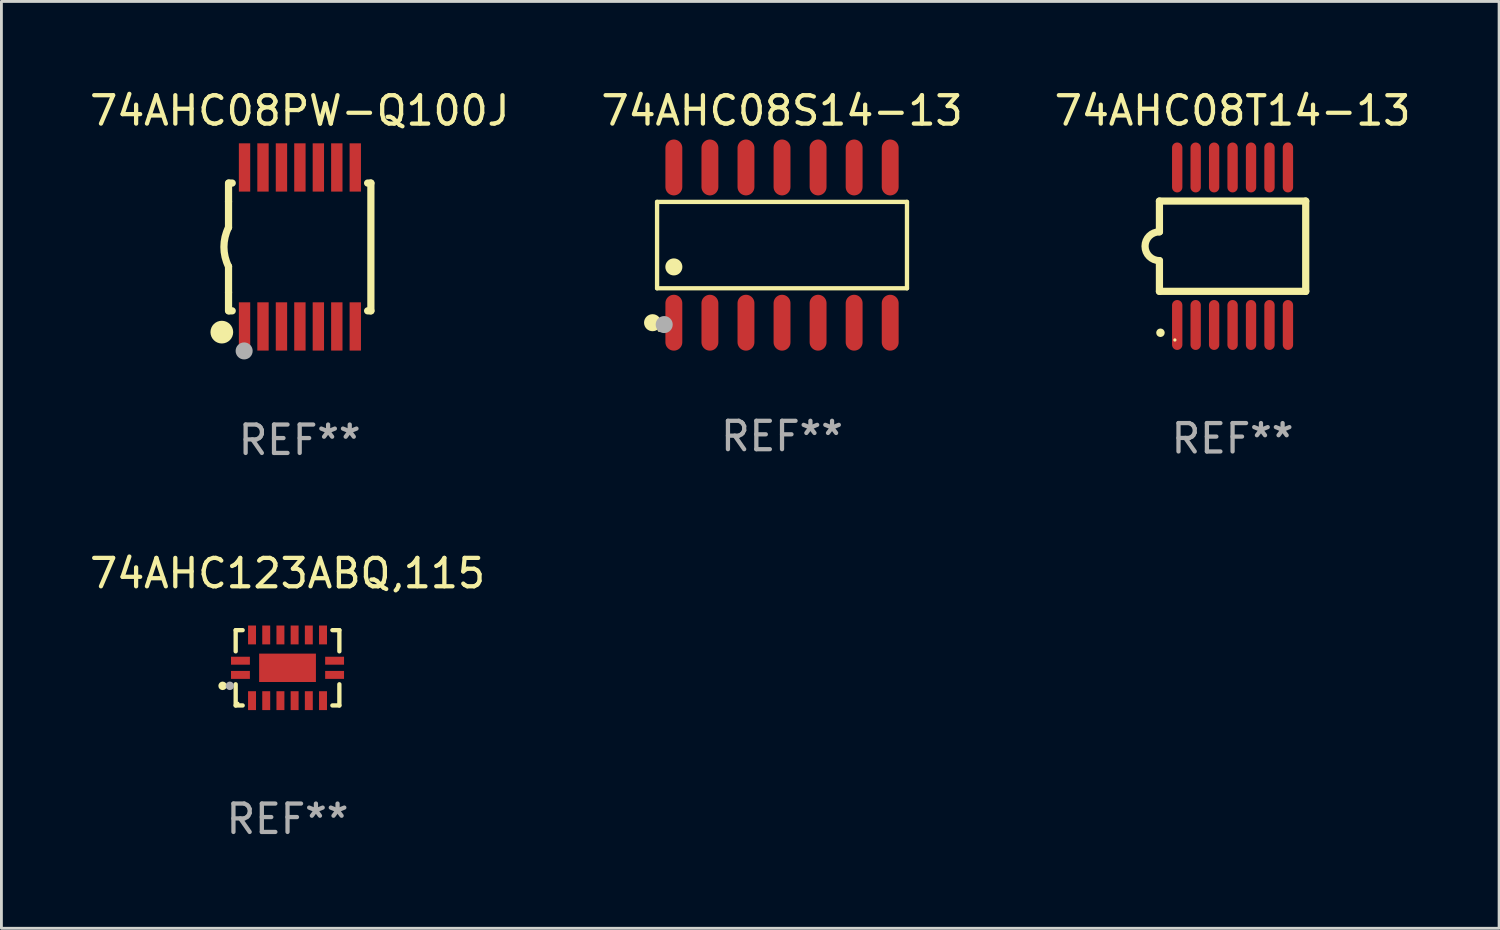
<source format=kicad_pcb>
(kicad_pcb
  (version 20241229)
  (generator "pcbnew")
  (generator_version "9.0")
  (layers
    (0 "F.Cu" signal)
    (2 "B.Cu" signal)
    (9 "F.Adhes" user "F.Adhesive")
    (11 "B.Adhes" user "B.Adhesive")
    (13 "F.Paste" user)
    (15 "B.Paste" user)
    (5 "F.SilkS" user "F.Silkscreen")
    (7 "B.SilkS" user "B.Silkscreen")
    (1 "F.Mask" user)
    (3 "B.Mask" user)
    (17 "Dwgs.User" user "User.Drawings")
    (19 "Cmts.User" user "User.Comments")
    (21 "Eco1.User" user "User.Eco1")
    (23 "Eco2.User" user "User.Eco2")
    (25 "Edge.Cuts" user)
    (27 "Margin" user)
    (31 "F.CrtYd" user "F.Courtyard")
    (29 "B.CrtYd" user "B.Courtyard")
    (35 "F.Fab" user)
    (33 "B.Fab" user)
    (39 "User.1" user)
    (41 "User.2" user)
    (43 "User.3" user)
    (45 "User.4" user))
  (footprint "74AHC08S14-13"
    (layer "F.Cu")
    (at 24.494 5.582)
    (property "Reference" "74AHC08S14-13" (at 0 -4.734 0) (layer "F.SilkS") (effects (font (size 1 1) (thickness 0.15))))
    (attr through_hole)
    (fp_line (start -4.401 -1.521) (end 4.401 -1.521) (stroke (width 0.152) (type solid)) (layer "F.SilkS"))
    (fp_line (start -4.401 1.521) (end -4.401 -1.521) (stroke (width 0.152) (type solid)) (layer "F.SilkS"))
    (fp_line (start 4.401 -1.521) (end 4.401 1.521) (stroke (width 0.152) (type solid)) (layer "F.SilkS"))
    (fp_line (start 4.401 1.521) (end -4.401 1.521) (stroke (width 0.152) (type solid)) (layer "F.SilkS"))
    (fp_circle (center -4.56 2.734) (end -4.41 2.734) (stroke (width 0.3) (type solid)) (fill no) (layer "F.SilkS"))
    (fp_circle (center -4.325 3) (end -4.295 3) (stroke (width 0.06) (type solid)) (fill no) (layer "F.SilkS"))
    (fp_circle (center -3.81 0.769) (end -3.66 0.769) (stroke (width 0.3) (type solid)) (fill no) (layer "F.SilkS"))
    (fp_circle (center -4.15 2.8) (end -4 2.8) (stroke (width 0.3) (type solid)) (fill no) (layer "F.Fab"))
    (fp_text user "REF**" (at 0 6.734 0) (layer "F.Fab") (effects (font (size 1 1) (thickness 0.15))))
    (pad "1" smd oval (at -3.81 2.734) (size 0.595 1.968) (layers "F.Cu" "F.Mask" "F.Paste"))
    (pad "2" smd oval (at -2.54 2.734) (size 0.595 1.968) (layers "F.Cu" "F.Mask" "F.Paste"))
    (pad "3" smd oval (at -1.27 2.734) (size 0.595 1.968) (layers "F.Cu" "F.Mask" "F.Paste"))
    (pad "4" smd oval (at 0 2.734) (size 0.595 1.968) (layers "F.Cu" "F.Mask" "F.Paste"))
    (pad "5" smd oval (at 1.27 2.734) (size 0.595 1.968) (layers "F.Cu" "F.Mask" "F.Paste"))
    (pad "6" smd oval (at 2.54 2.734) (size 0.595 1.968) (layers "F.Cu" "F.Mask" "F.Paste"))
    (pad "7" smd oval (at 3.81 2.734) (size 0.595 1.968) (layers "F.Cu" "F.Mask" "F.Paste"))
    (pad "8" smd oval (at 3.81 -2.734) (size 0.595 1.968) (layers "F.Cu" "F.Mask" "F.Paste"))
    (pad "9" smd oval (at 2.54 -2.734) (size 0.595 1.968) (layers "F.Cu" "F.Mask" "F.Paste"))
    (pad "10" smd oval (at 1.27 -2.734) (size 0.595 1.968) (layers "F.Cu" "F.Mask" "F.Paste"))
    (pad "11" smd oval (at 0 -2.734) (size 0.595 1.968) (layers "F.Cu" "F.Mask" "F.Paste"))
    (pad "12" smd oval (at -1.27 -2.734) (size 0.595 1.968) (layers "F.Cu" "F.Mask" "F.Paste"))
    (pad "13" smd oval (at -2.54 -2.734) (size 0.595 1.968) (layers "F.Cu" "F.Mask" "F.Paste"))
    (pad "14" smd oval (at -3.81 -2.734) (size 0.595 1.968) (layers "F.Cu" "F.Mask" "F.Paste")))
  (footprint "74AHC08T14-13"
    (layer "F.Cu")
    (at 40.363 5.622)
    (property "Reference" "74AHC08T14-13" (at 0 -4.774 0) (layer "F.SilkS") (effects (font (size 1 1) (thickness 0.15))))
    (attr through_hole)
    (fp_line (start -2.576 -1.59) (end -2.576 -0.508) (stroke (width 0.254) (type solid)) (layer "F.SilkS"))
    (fp_line (start -2.576 -1.59) (end 2.576 -1.59) (stroke (width 0.254) (type solid)) (layer "F.SilkS"))
    (fp_line (start -2.576 1.59) (end -2.576 0.508) (stroke (width 0.254) (type solid)) (layer "F.SilkS"))
    (fp_line (start 2.576 -1.59) (end 2.576 1.59) (stroke (width 0.254) (type solid)) (layer "F.SilkS"))
    (fp_line (start 2.576 1.59) (end -2.576 1.59) (stroke (width 0.254) (type solid)) (layer "F.SilkS"))
    (fp_arc (start -2.576099 0.506706) (mid -3.081511 0) (end -2.576098 -0.506706) (stroke (width 0.254001) (type solid)) (layer "F.SilkS"))
    (fp_circle (center -2.54 3.048) (end -2.465 3.048) (stroke (width 0.15) (type solid)) (fill no) (layer "F.SilkS"))
    (fp_circle (center -2.032 3.302) (end -2.002 3.302) (stroke (width 0.06) (type solid)) (fill no) (layer "F.SilkS"))
    (fp_text user "REF**" (at 0 6.774 0) (layer "F.Fab") (effects (font (size 1 1) (thickness 0.15))))
    (pad "1" smd oval (at -1.95 2.774) (size 0.364 1.758) (layers "F.Cu" "F.Mask" "F.Paste"))
    (pad "2" smd oval (at -1.3 2.774) (size 0.364 1.758) (layers "F.Cu" "F.Mask" "F.Paste"))
    (pad "3" smd oval (at -0.65 2.774) (size 0.364 1.758) (layers "F.Cu" "F.Mask" "F.Paste"))
    (pad "4" smd oval (at 0 2.774) (size 0.364 1.758) (layers "F.Cu" "F.Mask" "F.Paste"))
    (pad "5" smd oval (at 0.65 2.774) (size 0.364 1.758) (layers "F.Cu" "F.Mask" "F.Paste"))
    (pad "6" smd oval (at 1.3 2.774) (size 0.364 1.758) (layers "F.Cu" "F.Mask" "F.Paste"))
    (pad "7" smd oval (at 1.95 2.774) (size 0.364 1.758) (layers "F.Cu" "F.Mask" "F.Paste"))
    (pad "8" smd oval (at 1.95 -2.774) (size 0.364 1.758) (layers "F.Cu" "F.Mask" "F.Paste"))
    (pad "9" smd oval (at 1.3 -2.774) (size 0.364 1.758) (layers "F.Cu" "F.Mask" "F.Paste"))
    (pad "10" smd oval (at 0.65 -2.774) (size 0.364 1.758) (layers "F.Cu" "F.Mask" "F.Paste"))
    (pad "11" smd oval (at 0 -2.774) (size 0.364 1.758) (layers "F.Cu" "F.Mask" "F.Paste"))
    (pad "12" smd oval (at -0.65 -2.774) (size 0.364 1.758) (layers "F.Cu" "F.Mask" "F.Paste"))
    (pad "13" smd oval (at -1.3 -2.774) (size 0.364 1.758) (layers "F.Cu" "F.Mask" "F.Paste"))
    (pad "14" smd oval (at -1.95 -2.774) (size 0.364 1.758) (layers "F.Cu" "F.Mask" "F.Paste")))
  (footprint "74AHC123ABQ,115"
    (layer "F.Cu")
    (at 7.077 20.471)
    (property "Reference" "74AHC123ABQ,115" (at 0 -3.326 0) (layer "F.SilkS") (effects (font (size 1 1) (thickness 0.15))))
    (attr through_hole)
    (fp_line (start -1.826 -1.326) (end -1.58 -1.326) (stroke (width 0.152) (type solid)) (layer "F.SilkS"))
    (fp_line (start -1.826 -0.58) (end -1.826 -1.326) (stroke (width 0.152) (type solid)) (layer "F.SilkS"))
    (fp_line (start -1.826 0.58) (end -1.826 1.326) (stroke (width 0.152) (type solid)) (layer "F.SilkS"))
    (fp_line (start -1.826 1.326) (end -1.58 1.326) (stroke (width 0.152) (type solid)) (layer "F.SilkS"))
    (fp_line (start 1.826 -1.326) (end 1.58 -1.326) (stroke (width 0.152) (type solid)) (layer "F.SilkS"))
    (fp_line (start 1.826 -0.58) (end 1.826 -1.326) (stroke (width 0.152) (type solid)) (layer "F.SilkS"))
    (fp_line (start 1.826 0.58) (end 1.826 1.326) (stroke (width 0.152) (type solid)) (layer "F.SilkS"))
    (fp_line (start 1.826 1.326) (end 1.58 1.326) (stroke (width 0.152) (type solid)) (layer "F.SilkS"))
    (fp_circle (center -2.286 0.635) (end -2.211 0.635) (stroke (width 0.15) (type solid)) (fill no) (layer "F.SilkS"))
    (fp_circle (center -1.75 1.25) (end -1.72 1.25) (stroke (width 0.06) (type solid)) (fill no) (layer "F.SilkS"))
    (fp_circle (center -2.032 0.635) (end -1.957 0.635) (stroke (width 0.15) (type solid)) (fill no) (layer "F.Fab"))
    (fp_text user "REF**" (at 0 5.326 0) (layer "F.Fab") (effects (font (size 1 1) (thickness 0.15))))
    (pad "1" smd rect (at -1.658 0.25) (size 0.665 0.28) (layers "F.Cu" "F.Mask" "F.Paste"))
    (pad "2" smd rect (at -1.25 1.157) (size 0.28 0.665) (layers "F.Cu" "F.Mask" "F.Paste"))
    (pad "3" smd rect (at -0.75 1.157) (size 0.28 0.665) (layers "F.Cu" "F.Mask" "F.Paste"))
    (pad "4" smd rect (at -0.25 1.157) (size 0.28 0.665) (layers "F.Cu" "F.Mask" "F.Paste"))
    (pad "5" smd rect (at 0.25 1.157) (size 0.28 0.665) (layers "F.Cu" "F.Mask" "F.Paste"))
    (pad "6" smd rect (at 0.75 1.157) (size 0.28 0.665) (layers "F.Cu" "F.Mask" "F.Paste"))
    (pad "7" smd rect (at 1.25 1.157) (size 0.28 0.665) (layers "F.Cu" "F.Mask" "F.Paste"))
    (pad "8" smd rect (at 1.658 0.25) (size 0.665 0.28) (layers "F.Cu" "F.Mask" "F.Paste"))
    (pad "9" smd rect (at 1.658 -0.25) (size 0.665 0.28) (layers "F.Cu" "F.Mask" "F.Paste"))
    (pad "10" smd rect (at 1.25 -1.157) (size 0.28 0.665) (layers "F.Cu" "F.Mask" "F.Paste"))
    (pad "11" smd rect (at 0.75 -1.157) (size 0.28 0.665) (layers "F.Cu" "F.Mask" "F.Paste"))
    (pad "12" smd rect (at 0.25 -1.157) (size 0.28 0.665) (layers "F.Cu" "F.Mask" "F.Paste"))
    (pad "13" smd rect (at -0.25 -1.157) (size 0.28 0.665) (layers "F.Cu" "F.Mask" "F.Paste"))
    (pad "14" smd rect (at -0.75 -1.157) (size 0.28 0.665) (layers "F.Cu" "F.Mask" "F.Paste"))
    (pad "15" smd rect (at -1.25 -1.157) (size 0.28 0.665) (layers "F.Cu" "F.Mask" "F.Paste"))
    (pad "16" smd rect (at -1.658 -0.25) (size 0.665 0.28) (layers "F.Cu" "F.Mask" "F.Paste"))
    (pad "17" smd rect (at 0 0) (size 2 1) (layers "F.Cu" "F.Mask" "F.Paste")))
  (footprint "74AHC08PW-Q100J"
    (layer "F.Cu")
    (at 7.506 5.648)
    (property "Reference" "74AHC08PW-Q100J" (at 0 -4.8 0) (layer "F.SilkS") (effects (font (size 1 1) (thickness 0.15))))
    (attr through_hole)
    (fp_line (start -2.507 -1.6) (end -2.507 -2.25) (stroke (width 0.254) (type solid)) (layer "F.SilkS"))
    (fp_line (start -2.507 -0.686) (end -2.507 -1.6) (stroke (width 0.254) (type solid)) (layer "F.SilkS"))
    (fp_line (start -2.507 1.6) (end -2.507 0.686) (stroke (width 0.254) (type solid)) (layer "F.SilkS"))
    (fp_line (start -2.507 1.6) (end -2.507 2.25) (stroke (width 0.254) (type solid)) (layer "F.SilkS"))
    (fp_line (start -2.493 -2.25) (end -2.377 -2.25) (stroke (width 0.254) (type solid)) (layer "F.SilkS"))
    (fp_line (start -2.377 2.25) (end -2.493 2.25) (stroke (width 0.254) (type solid)) (layer "F.SilkS"))
    (fp_line (start 2.392 -2.25) (end 2.507 -2.25) (stroke (width 0.254) (type solid)) (layer "F.SilkS"))
    (fp_line (start 2.507 -2.25) (end 2.507 2.25) (stroke (width 0.254) (type solid)) (layer "F.SilkS"))
    (fp_line (start 2.507 2.25) (end 2.392 2.25) (stroke (width 0.254) (type solid)) (layer "F.SilkS"))
    (fp_arc (start -2.507303 0.685802) (mid -2.669199 0) (end -2.507303 -0.685801) (stroke (width 0.254001) (type solid)) (layer "F.SilkS"))
    (fp_circle (center -2.743 3) (end -2.543 3) (stroke (width 0.4) (type solid)) (fill no) (layer "F.SilkS"))
    (fp_circle (center -2.493 3.2) (end -2.463 3.2) (stroke (width 0.06) (type solid)) (fill no) (layer "F.SilkS"))
    (fp_circle (center -1.957 3.662) (end -1.807 3.662) (stroke (width 0.3) (type solid)) (fill no) (layer "F.Fab"))
    (fp_text user "REF**" (at 0 6.8 0) (layer "F.Fab") (effects (font (size 1 1) (thickness 0.15))))
    (pad "1" smd rect (at -1.943 2.8) (size 0.4 1.7) (layers "F.Cu" "F.Mask" "F.Paste"))
    (pad "2" smd rect (at -1.293 2.8) (size 0.4 1.7) (layers "F.Cu" "F.Mask" "F.Paste"))
    (pad "3" smd rect (at -0.643 2.8) (size 0.4 1.7) (layers "F.Cu" "F.Mask" "F.Paste"))
    (pad "4" smd rect (at 0.007 2.8) (size 0.4 1.7) (layers "F.Cu" "F.Mask" "F.Paste"))
    (pad "5" smd rect (at 0.657 2.8) (size 0.4 1.7) (layers "F.Cu" "F.Mask" "F.Paste"))
    (pad "6" smd rect (at 1.307 2.8) (size 0.4 1.7) (layers "F.Cu" "F.Mask" "F.Paste"))
    (pad "7" smd rect (at 1.957 2.8) (size 0.4 1.7) (layers "F.Cu" "F.Mask" "F.Paste"))
    (pad "8" smd rect (at 1.957 -2.8) (size 0.4 1.7) (layers "F.Cu" "F.Mask" "F.Paste"))
    (pad "9" smd rect (at 1.307 -2.8) (size 0.4 1.7) (layers "F.Cu" "F.Mask" "F.Paste"))
    (pad "10" smd rect (at 0.657 -2.8) (size 0.4 1.7) (layers "F.Cu" "F.Mask" "F.Paste"))
    (pad "11" smd rect (at 0.007 -2.8) (size 0.4 1.7) (layers "F.Cu" "F.Mask" "F.Paste"))
    (pad "12" smd rect (at -0.643 -2.8) (size 0.4 1.7) (layers "F.Cu" "F.Mask" "F.Paste"))
    (pad "13" smd rect (at -1.293 -2.8) (size 0.4 1.7) (layers "F.Cu" "F.Mask" "F.Paste"))
    (pad "14" smd rect (at -1.943 -2.8) (size 0.4 1.7) (layers "F.Cu" "F.Mask" "F.Paste")))
  (gr_rect
    (start -3 -3)
    (end 49.75 29.646)
    (stroke (width 0.1) (type default))
    (fill no)
    (layer "Edge.Cuts")))
</source>
